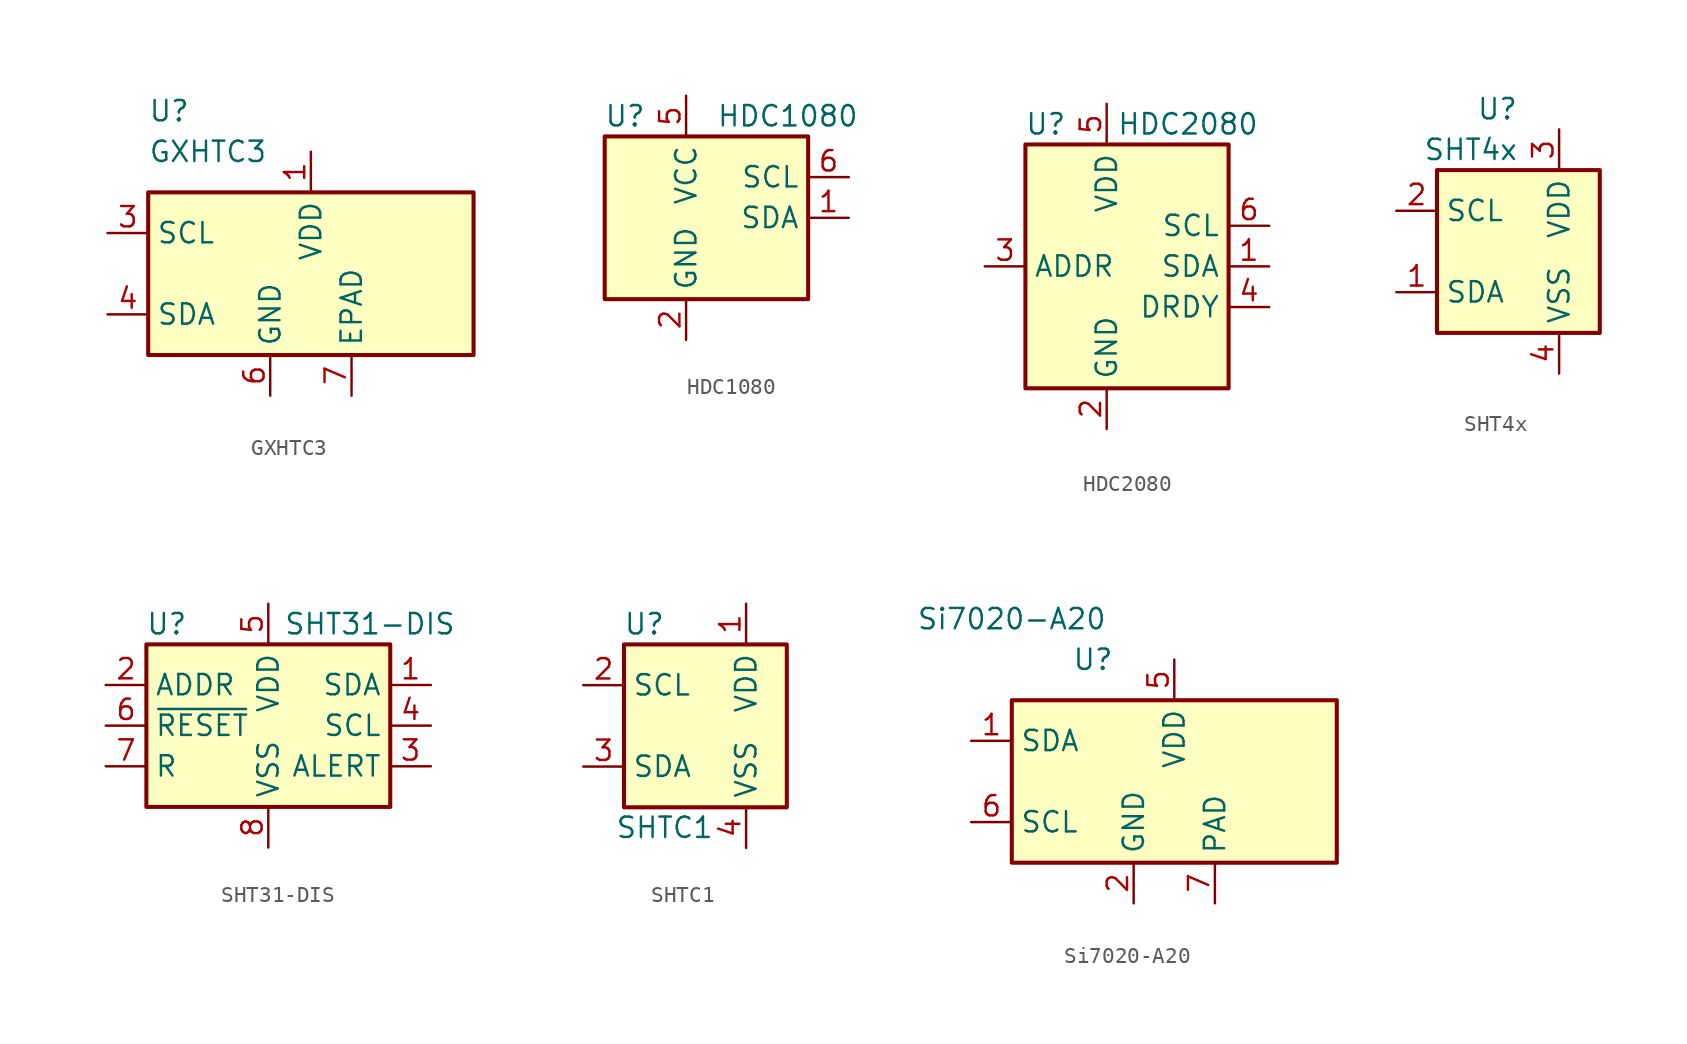
<source format=kicad_sym>
(kicad_symbol_lib
  (version 20241209)
  (generator "kicad_symbol_editor")
  (generator_version "9.0")
  (symbol "GXHTC3"
    (property "Reference" "U"
      (at -10.16 10.16 0)
      (effects (font (size 1.27 1.27)) (justify left)))
    (property "Value" "GXHTC3"
      (at -10.16 7.62 0)
      (effects (font (size 1.27 1.27)) (justify left)))
    (symbol "GXHTC3_0_1"
      (rectangle (start -10.16 5.08) (end 10.16 -5.08) (stroke (width 0.254) (type default)) (fill (type background))))
    (symbol "GXHTC3_1_1"
      (pin bidirectional line (at -12.7 2.54 0) (length 2.54) (name "SCL" (effects (font (size 1.27 1.27)))) (number "3" (effects (font (size 1.27 1.27)))))
      (pin bidirectional line (at -12.7 -2.54 0) (length 2.54) (name "SDA" (effects (font (size 1.27 1.27)))) (number "4" (effects (font (size 1.27 1.27)))))
      (pin power_in line (at -2.54 -7.62 90) (length 2.54) (name "GND" (effects (font (size 1.27 1.27)))) (number "6" (effects (font (size 1.27 1.27)))))
      (pin power_in line (at 0 7.62 270) (length 2.54) (name "VDD" (effects (font (size 1.27 1.27)))) (number "1" (effects (font (size 1.27 1.27)))))
      (pin passive line (at 2.54 -7.62 90) (length 2.54) (name "EPAD" (effects (font (size 1.27 1.27)))) (number "7" (effects (font (size 1.27 1.27)))))
      (pin no_connect line (at 10.16 2.54 180) (length 2.54) (hide yes) (name "NC" (effects (font (size 1.27 1.27)))) (number "2" (effects (font (size 1.27 1.27)))))
      (pin no_connect line (at 10.16 -2.54 180) (length 2.54) (hide yes) (name "NC" (effects (font (size 1.27 1.27)))) (number "5" (effects (font (size 1.27 1.27)))))))
  (symbol "HDC1080"
    (property "Reference" "U"
      (at -6.35 6.35 0)
      (effects (font (size 1.27 1.27))))
    (property "Value" "HDC1080"
      (at 3.81 6.35 0)
      (effects (font (size 1.27 1.27))))
    (symbol "HDC1080_0_1"
      (rectangle (start -7.62 5.08) (end 5.08 -5.08) (stroke (width 0.254) (type default)) (fill (type background))))
    (symbol "HDC1080_1_1"
      (pin no_connect line (at -7.62 2.54 0) (length 2.54) (hide yes) (name "DAP" (effects (font (size 1.27 1.27)))) (number "7" (effects (font (size 1.27 1.27)))))
      (pin no_connect line (at -7.62 0 0) (length 2.54) (hide yes) (name "NC" (effects (font (size 1.27 1.27)))) (number "3" (effects (font (size 1.27 1.27)))))
      (pin no_connect line (at -7.62 -2.54 0) (length 2.54) (hide yes) (name "NC" (effects (font (size 1.27 1.27)))) (number "4" (effects (font (size 1.27 1.27)))))
      (pin power_in line (at -2.54 7.62 270) (length 2.54) (name "VCC" (effects (font (size 1.27 1.27)))) (number "5" (effects (font (size 1.27 1.27)))))
      (pin power_in line (at -2.54 -7.62 90) (length 2.54) (name "GND" (effects (font (size 1.27 1.27)))) (number "2" (effects (font (size 1.27 1.27)))))
      (pin input line (at 7.62 2.54 180) (length 2.54) (name "SCL" (effects (font (size 1.27 1.27)))) (number "6" (effects (font (size 1.27 1.27)))))
      (pin bidirectional line (at 7.62 0 180) (length 2.54) (name "SDA" (effects (font (size 1.27 1.27)))) (number "1" (effects (font (size 1.27 1.27)))))))
  (symbol "HDC2080"
    (property "Reference" "U"
      (at -6.35 8.89 0)
      (effects (font (size 1.27 1.27))))
    (property "Value" "HDC2080"
      (at 2.54 8.89 0)
      (effects (font (size 1.27 1.27))))
    (symbol "HDC2080_0_1"
      (rectangle (start -7.62 7.62) (end 5.08 -7.62) (stroke (width 0.254) (type default)) (fill (type background))))
    (symbol "HDC2080_1_1"
      (pin input line (at -10.16 0 0) (length 2.54) (name "ADDR" (effects (font (size 1.27 1.27)))) (number "3" (effects (font (size 1.27 1.27)))))
      (pin no_connect line (at -7.62 -2.54 0) (length 2.54) (hide yes) (name "EP" (effects (font (size 1.27 1.27)))) (number "7" (effects (font (size 1.27 1.27)))))
      (pin power_in line (at -2.54 10.16 270) (length 2.54) (name "VDD" (effects (font (size 1.27 1.27)))) (number "5" (effects (font (size 1.27 1.27)))))
      (pin power_in line (at -2.54 -10.16 90) (length 2.54) (name "GND" (effects (font (size 1.27 1.27)))) (number "2" (effects (font (size 1.27 1.27)))))
      (pin input line (at 7.62 2.54 180) (length 2.54) (name "SCL" (effects (font (size 1.27 1.27)))) (number "6" (effects (font (size 1.27 1.27)))))
      (pin bidirectional line (at 7.62 0 180) (length 2.54) (name "SDA" (effects (font (size 1.27 1.27)))) (number "1" (effects (font (size 1.27 1.27)))))
      (pin output line (at 7.62 -2.54 180) (length 2.54) (name "DRDY" (effects (font (size 1.27 1.27)))) (number "4" (effects (font (size 1.27 1.27)))))))
  (symbol "SHT4x"
    (property "Reference" "U"
      (at 0 8.89 0)
      (effects (font (size 1.27 1.27)) (justify right)))
    (property "Value" "SHT4x"
      (at 0 6.35 0)
      (effects (font (size 1.27 1.27)) (justify right)))
    (symbol "SHT4x_1_1"
      (rectangle (start -5.08 5.08) (end 5.08 -5.08) (stroke (width 0.254) (type default)) (fill (type background)))
      (pin input line (at -7.62 2.54 0) (length 2.54) (name "SCL" (effects (font (size 1.27 1.27)))) (number "2" (effects (font (size 1.27 1.27)))))
      (pin bidirectional line (at -7.62 -2.54 0) (length 2.54) (name "SDA" (effects (font (size 1.27 1.27)))) (number "1" (effects (font (size 1.27 1.27)))))
      (pin power_in line (at 2.54 7.62 270) (length 2.54) (name "VDD" (effects (font (size 1.27 1.27)))) (number "3" (effects (font (size 1.27 1.27)))))
      (pin power_in line (at 2.54 -7.62 90) (length 2.54) (name "VSS" (effects (font (size 1.27 1.27)))) (number "4" (effects (font (size 1.27 1.27)))))))
  (symbol "SHT31-DIS"
    (property "Reference" "U"
      (at -6.35 6.35 0)
      (effects (font (size 1.27 1.27))))
    (property "Value" "SHT31-DIS"
      (at 6.35 6.35 0)
      (effects (font (size 1.27 1.27))))
    (symbol "SHT31-DIS_0_1"
      (rectangle (start -7.62 5.08) (end 7.62 -5.08) (stroke (width 0.254) (type default)) (fill (type background))))
    (symbol "SHT31-DIS_1_1"
      (pin input line (at -10.16 2.54 0) (length 2.54) (name "ADDR" (effects (font (size 1.27 1.27)))) (number "2" (effects (font (size 1.27 1.27)))))
      (pin input line (at -10.16 0 0) (length 2.54) (name "~{RESET}" (effects (font (size 1.27 1.27)))) (number "6" (effects (font (size 1.27 1.27)))))
      (pin passive line (at -10.16 -2.54 0) (length 2.54) (name "R" (effects (font (size 1.27 1.27)))) (number "7" (effects (font (size 1.27 1.27)))))
      (pin power_in line (at 0 7.62 270) (length 2.54) (name "VDD" (effects (font (size 1.27 1.27)))) (number "5" (effects (font (size 1.27 1.27)))))
      (pin power_in line (at 0 -7.62 90) (length 2.54) (name "VSS" (effects (font (size 1.27 1.27)))) (number "8" (effects (font (size 1.27 1.27)))))
      (pin passive line (at 0 -7.62 90) (length 2.54) (hide yes) (name "VSS" (effects (font (size 1.27 1.27)))) (number "9" (effects (font (size 1.27 1.27)))))
      (pin bidirectional line (at 10.16 2.54 180) (length 2.54) (name "SDA" (effects (font (size 1.27 1.27)))) (number "1" (effects (font (size 1.27 1.27)))))
      (pin input line (at 10.16 0 180) (length 2.54) (name "SCL" (effects (font (size 1.27 1.27)))) (number "4" (effects (font (size 1.27 1.27)))))
      (pin output line (at 10.16 -2.54 180) (length 2.54) (name "ALERT" (effects (font (size 1.27 1.27)))) (number "3" (effects (font (size 1.27 1.27)))))))
  (symbol "SHTC1"
    (property "Reference" "U"
      (at -3.81 6.35 0)
      (effects (font (size 1.27 1.27))))
    (property "Value" "SHTC1"
      (at -2.54 -6.35 0)
      (effects (font (size 1.27 1.27))))
    (symbol "SHTC1_1_1"
      (rectangle (start -5.08 5.08) (end 5.08 -5.08) (stroke (width 0.254) (type default)) (fill (type background)))
      (pin input line (at -7.62 2.54 0) (length 2.54) (name "SCL" (effects (font (size 1.27 1.27)))) (number "2" (effects (font (size 1.27 1.27)))))
      (pin bidirectional line (at -7.62 -2.54 0) (length 2.54) (name "SDA" (effects (font (size 1.27 1.27)))) (number "3" (effects (font (size 1.27 1.27)))))
      (pin power_in line (at 2.54 7.62 270) (length 2.54) (name "VDD" (effects (font (size 1.27 1.27)))) (number "1" (effects (font (size 1.27 1.27)))))
      (pin power_in line (at 2.54 -7.62 90) (length 2.54) (name "VSS" (effects (font (size 1.27 1.27)))) (number "4" (effects (font (size 1.27 1.27)))))
      (pin no_connect line (at 5.08 0 180) (length 2.54) (hide yes) (name "NC" (effects (font (size 1.27 1.27)))) (number "5" (effects (font (size 1.27 1.27)))))))
  (symbol "Si7020-A20"
    (property "Reference" "U"
      (at -5.08 7.62 0)
      (effects (font (size 1.27 1.27))))
    (property "Value" "Si7020-A20"
      (at -10.16 10.16 0)
      (effects (font (size 1.27 1.27))))
    (symbol "Si7020-A20_0_1"
      (rectangle (start -10.16 5.08) (end 10.16 -5.08) (stroke (width 0.254) (type default)) (fill (type background))))
    (symbol "Si7020-A20_1_1"
      (pin bidirectional line (at -12.7 2.54 0) (length 2.54) (name "SDA" (effects (font (size 1.27 1.27)))) (number "1" (effects (font (size 1.27 1.27)))))
      (pin input line (at -12.7 -2.54 0) (length 2.54) (name "SCL" (effects (font (size 1.27 1.27)))) (number "6" (effects (font (size 1.27 1.27)))))
      (pin power_in line (at -2.54 -7.62 90) (length 2.54) (name "GND" (effects (font (size 1.27 1.27)))) (number "2" (effects (font (size 1.27 1.27)))))
      (pin power_in line (at 0 7.62 270) (length 2.54) (name "VDD" (effects (font (size 1.27 1.27)))) (number "5" (effects (font (size 1.27 1.27)))))
      (pin passive line (at 2.54 -7.62 90) (length 2.54) (name "PAD" (effects (font (size 1.27 1.27)))) (number "7" (effects (font (size 1.27 1.27)))))
      (pin no_connect line (at 10.16 2.54 180) (length 2.54) (hide yes) (name "NC" (effects (font (size 1.27 1.27)))) (number "3" (effects (font (size 1.27 1.27)))))
      (pin no_connect line (at 10.16 -2.54 180) (length 2.54) (hide yes) (name "NC" (effects (font (size 1.27 1.27)))) (number "4" (effects (font (size 1.27 1.27))))))))
</source>
